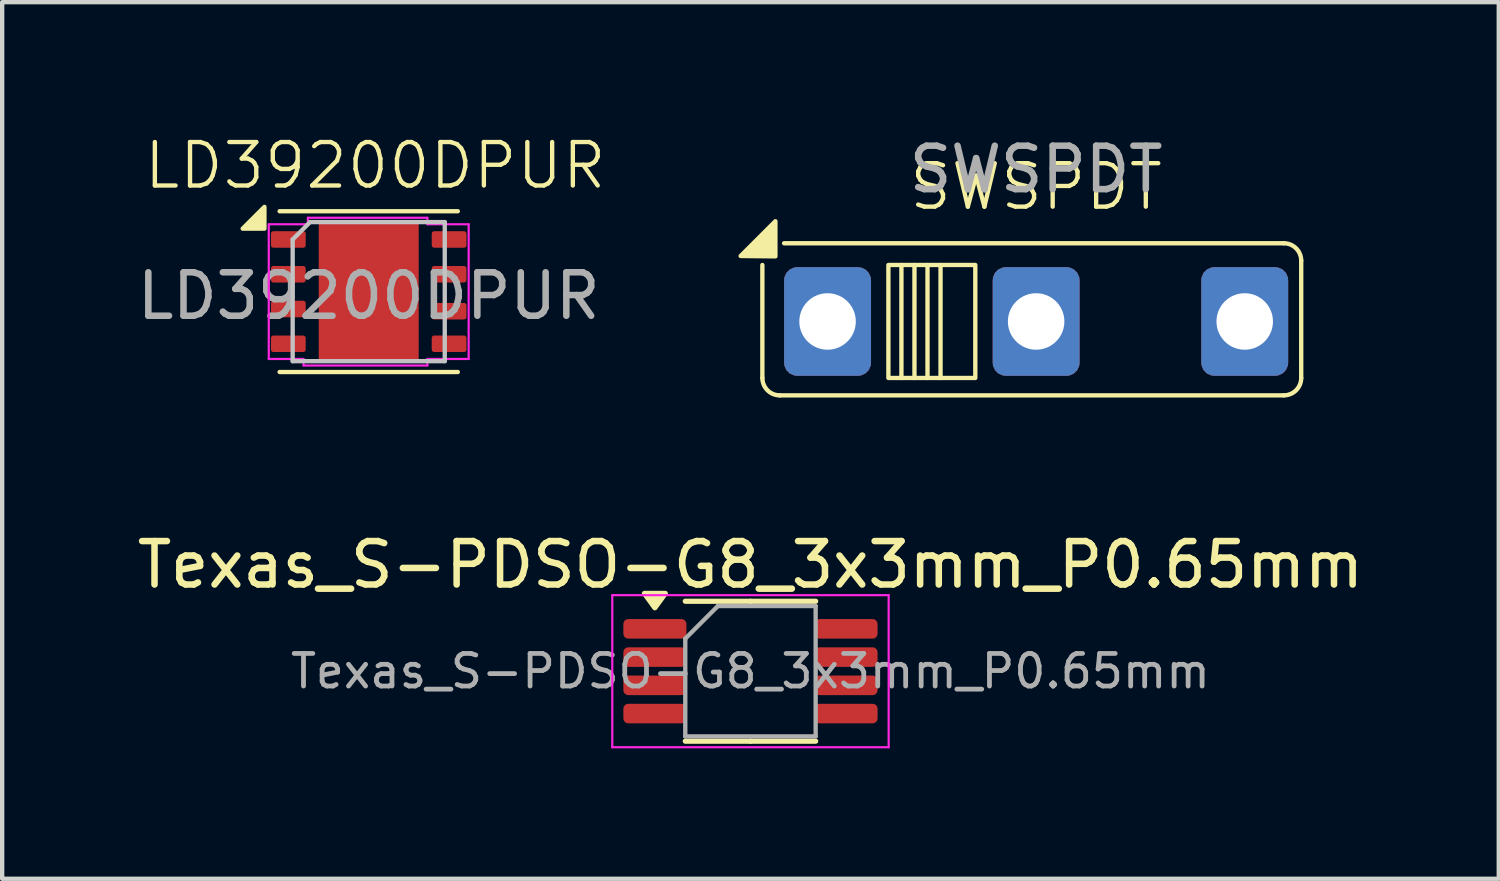
<source format=kicad_pcb>
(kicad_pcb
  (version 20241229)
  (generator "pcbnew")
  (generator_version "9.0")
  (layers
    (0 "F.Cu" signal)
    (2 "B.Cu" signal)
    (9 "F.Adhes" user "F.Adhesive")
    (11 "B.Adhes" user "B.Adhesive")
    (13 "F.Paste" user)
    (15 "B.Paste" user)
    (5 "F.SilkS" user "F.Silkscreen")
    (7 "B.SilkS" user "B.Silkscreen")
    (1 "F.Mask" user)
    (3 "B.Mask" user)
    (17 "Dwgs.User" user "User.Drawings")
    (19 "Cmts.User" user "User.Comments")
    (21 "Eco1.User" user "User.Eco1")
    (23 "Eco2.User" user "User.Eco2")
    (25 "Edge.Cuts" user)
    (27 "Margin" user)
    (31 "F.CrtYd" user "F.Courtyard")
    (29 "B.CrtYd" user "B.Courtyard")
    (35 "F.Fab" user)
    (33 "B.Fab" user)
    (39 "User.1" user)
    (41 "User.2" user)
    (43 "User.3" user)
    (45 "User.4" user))
  (footprint "Texas_S-PDSO-G8_3x3mm_P0.65mm"
    (layer "F.Cu")
    (at 14.22 12.396)
    (property "Reference" "Texas_S-PDSO-G8_3x3mm_P0.65mm" (at 0 -2.45 0) (layer "F.SilkS") (effects (font (size 1 1) (thickness 0.15))))
    (attr smd)
    (fp_line (start 0 -1.61) (end -1.5 -1.61) (stroke (width 0.12) (type solid)) (layer "F.SilkS"))
    (fp_line (start 0 -1.61) (end 1.5 -1.61) (stroke (width 0.12) (type solid)) (layer "F.SilkS"))
    (fp_line (start 0 1.61) (end -1.5 1.61) (stroke (width 0.12) (type solid)) (layer "F.SilkS"))
    (fp_line (start 0 1.61) (end 1.5 1.61) (stroke (width 0.12) (type solid)) (layer "F.SilkS"))
    (fp_poly (pts (xy -2.2 -1.46) (xy -2.44 -1.79) (xy -1.96 -1.79) (xy -2.2 -1.46)) (stroke (width 0.12) (type solid)) (fill yes) (layer "F.SilkS"))
    (fp_line (start -3.18 -1.75) (end -3.18 1.75) (stroke (width 0.05) (type solid)) (layer "F.CrtYd"))
    (fp_line (start -3.18 1.75) (end 3.18 1.75) (stroke (width 0.05) (type solid)) (layer "F.CrtYd"))
    (fp_line (start 3.18 -1.75) (end -3.18 -1.75) (stroke (width 0.05) (type solid)) (layer "F.CrtYd"))
    (fp_line (start 3.18 1.75) (end 3.18 -1.75) (stroke (width 0.05) (type solid)) (layer "F.CrtYd"))
    (fp_line (start -1.5 -0.75) (end -0.75 -1.5) (stroke (width 0.1) (type solid)) (layer "F.Fab"))
    (fp_line (start -1.5 1.5) (end -1.5 -0.75) (stroke (width 0.1) (type solid)) (layer "F.Fab"))
    (fp_line (start -0.75 -1.5) (end 1.5 -1.5) (stroke (width 0.1) (type solid)) (layer "F.Fab"))
    (fp_line (start 1.5 -1.5) (end 1.5 1.5) (stroke (width 0.1) (type solid)) (layer "F.Fab"))
    (fp_line (start 1.5 1.5) (end -1.5 1.5) (stroke (width 0.1) (type solid)) (layer "F.Fab"))
    (fp_text user "${REFERENCE}" (at 0 0 0) (layer "F.Fab") (effects (font (size 0.75 0.75) (thickness 0.11))))
    (pad "1" smd roundrect (at -2.2 -0.975) (size 1.45 0.45) (layers "F.Cu" "F.Mask" "F.Paste") (roundrect_rratio 0.25))
    (pad "2" smd roundrect (at -2.2 -0.325) (size 1.45 0.45) (layers "F.Cu" "F.Mask" "F.Paste") (roundrect_rratio 0.25))
    (pad "3" smd roundrect (at -2.2 0.325) (size 1.45 0.45) (layers "F.Cu" "F.Mask" "F.Paste") (roundrect_rratio 0.25))
    (pad "4" smd roundrect (at -2.2 0.975) (size 1.45 0.45) (layers "F.Cu" "F.Mask" "F.Paste") (roundrect_rratio 0.25))
    (pad "5" smd roundrect (at 2.2 0.975) (size 1.45 0.45) (layers "F.Cu" "F.Mask" "F.Paste") (roundrect_rratio 0.25))
    (pad "6" smd roundrect (at 2.2 0.325) (size 1.45 0.45) (layers "F.Cu" "F.Mask" "F.Paste") (roundrect_rratio 0.25))
    (pad "7" smd roundrect (at 2.2 -0.325) (size 1.45 0.45) (layers "F.Cu" "F.Mask" "F.Paste") (roundrect_rratio 0.25))
    (pad "8" smd roundrect (at 2.2 -0.975) (size 1.45 0.45) (layers "F.Cu" "F.Mask" "F.Paste") (roundrect_rratio 0.25)))
  (footprint "LD39200DPUR"
    (layer "F.Cu")
    (at 5.435 3.711)
    (property "Reference" "LD39200DPUR" (at 0.15 -2.95 0) (unlocked yes) (layer "F.SilkS") (effects (font (size 1 1) (thickness 0.1))))
    (attr smd)
    (fp_line (start -2.05 -1.9) (end 2.05 -1.9) (stroke (width 0.1) (type default)) (layer "F.SilkS"))
    (fp_line (start -2.05 1.8) (end 2.05 1.8) (stroke (width 0.1) (type default)) (layer "F.SilkS"))
    (fp_poly (pts (xy -2.4 -2) (xy -2.4 -1.5) (xy -2.9 -1.5)) (stroke (width 0.1) (type solid)) (fill yes) (layer "F.SilkS"))
    (fp_line (start -1.75 -1.25) (end -1.35 -1.65) (stroke (width 0.1) (type default)) (layer "Dwgs.User"))
    (fp_line (start -1.75 1.55) (end -1.75 -1.25) (stroke (width 0.1) (type default)) (layer "Dwgs.User"))
    (fp_line (start -1.35 -1.65) (end 1.75 -1.65) (stroke (width 0.1) (type default)) (layer "Dwgs.User"))
    (fp_line (start 1.75 -1.65) (end 1.75 1.55) (stroke (width 0.1) (type default)) (layer "Dwgs.User"))
    (fp_line (start 1.75 1.55) (end -1.75 1.55) (stroke (width 0.1) (type default)) (layer "Dwgs.User"))
    (fp_line (start -2.3 -1.6) (end -2.3 1.5) (stroke (width 0.05) (type default)) (layer "F.CrtYd"))
    (fp_line (start -2.3 1.5) (end -1.5 1.5) (stroke (width 0.05) (type default)) (layer "F.CrtYd"))
    (fp_line (start -1.5 1.5) (end -1.5 1.65) (stroke (width 0.05) (type default)) (layer "F.CrtYd"))
    (fp_line (start -1.5 1.65) (end 1.35 1.65) (stroke (width 0.05) (type default)) (layer "F.CrtYd"))
    (fp_line (start -1.4 -1.75) (end -1.4 -1.6) (stroke (width 0.05) (type default)) (layer "F.CrtYd"))
    (fp_line (start -1.4 -1.6) (end -2.3 -1.6) (stroke (width 0.05) (type default)) (layer "F.CrtYd"))
    (fp_line (start 1.35 -1.75) (end -1.4 -1.75) (stroke (width 0.05) (type default)) (layer "F.CrtYd"))
    (fp_line (start 1.35 -1.6) (end 1.35 -1.75) (stroke (width 0.05) (type default)) (layer "F.CrtYd"))
    (fp_line (start 1.35 1.5) (end 2.3 1.5) (stroke (width 0.05) (type default)) (layer "F.CrtYd"))
    (fp_line (start 1.35 1.65) (end 1.35 1.5) (stroke (width 0.05) (type default)) (layer "F.CrtYd"))
    (fp_line (start 2.3 -1.6) (end 1.35 -1.6) (stroke (width 0.05) (type default)) (layer "F.CrtYd"))
    (fp_line (start 2.3 1.5) (end 2.3 -1.6) (stroke (width 0.05) (type default)) (layer "F.CrtYd"))
    (fp_text user "${REFERENCE}" (at 0 0.05 0) (unlocked yes) (layer "F.Fab") (effects (font (size 1 1) (thickness 0.15))))
    (pad "1" smd roundrect (at -1.85 -1.25 270) (size 0.38 0.8) (layers "F.Cu" "F.Mask" "F.Paste") (roundrect_rratio 0.15))
    (pad "1" smd roundrect (at -1.85 -0.45 270) (size 0.38 0.8) (layers "F.Cu" "F.Mask" "F.Paste") (roundrect_rratio 0.15))
    (pad "3" smd roundrect (at -1.85 0.35 270) (size 0.38 0.8) (layers "F.Cu" "F.Mask" "F.Paste") (roundrect_rratio 0.15))
    (pad "4" smd roundrect (at -1.85 1.15 270) (size 0.38 0.8) (layers "F.Cu" "F.Mask" "F.Paste") (roundrect_rratio 0.15))
    (pad "5" smd roundrect (at 1.85 1.15 270) (size 0.38 0.8) (layers "F.Cu" "F.Mask" "F.Paste") (roundrect_rratio 0.15))
    (pad "6" smd roundrect (at 1.85 0.4 270) (size 0.38 0.8) (layers "F.Cu" "F.Mask" "F.Paste") (roundrect_rratio 0.15))
    (pad "7" smd roundrect (at 1.85 -1.25 270) (size 0.38 0.8) (layers "*.Paste" "F.Cu" "F.Mask") (roundrect_rratio 0.15))
    (pad "7" smd roundrect (at 1.85 -0.45 270) (size 0.38 0.8) (layers "F.Cu" "F.Mask" "F.Paste") (roundrect_rratio 0.15))
    (pad "9" smd rect (at 0 -0.05) (size 2.3 3.24) (layers "F.Cu" "F.Mask" "F.Paste")))
  (footprint "SWSPDT"
    (layer "F.Cu")
    (at 20.794 4.348)
    (property "Reference" "SWSPDT" (at 0 -3.1 0) (unlocked yes) (layer "F.SilkS") (effects (font (size 1 1) (thickness 0.1))))
    (attr smd)
    (fp_line (start -6.3 -1.3) (end -6.3 1.3) (stroke (width 0.1) (type default)) (layer "F.SilkS"))
    (fp_line (start -5.9 1.7) (end 5.7 1.7) (stroke (width 0.1) (type default)) (layer "F.SilkS"))
    (fp_line (start -3.1 -1.3) (end -3.1 1.3) (stroke (width 0.1) (type default)) (layer "F.SilkS"))
    (fp_line (start -2.8 -1.3) (end -2.8 1.3) (stroke (width 0.1) (type default)) (layer "F.SilkS"))
    (fp_line (start -2.5 -1.3) (end -2.5 1.3) (stroke (width 0.1) (type default)) (layer "F.SilkS"))
    (fp_line (start -2.2 -1.3) (end -2.2 1.3) (stroke (width 0.1) (type default)) (layer "F.SilkS"))
    (fp_line (start 5.7 -1.8) (end -5.8 -1.8) (stroke (width 0.1) (type default)) (layer "F.SilkS"))
    (fp_line (start 6.1 1.3) (end 6.1 -1.4) (stroke (width 0.1) (type default)) (layer "F.SilkS"))
    (fp_rect (start -3.4 -1.3) (end -1.4 1.3) (stroke (width 0.1) (type default)) (fill no) (layer "F.SilkS"))
    (fp_arc (start -5.9 1.7) (mid -6.182843 1.582843) (end -6.3 1.3) (stroke (width 0.1) (type default)) (layer "F.SilkS"))
    (fp_arc (start 5.7 -1.8) (mid 5.982843 -1.682843) (end 6.1 -1.4) (stroke (width 0.1) (type default)) (layer "F.SilkS"))
    (fp_arc (start 6.1 1.3) (mid 5.982843 1.582843) (end 5.7 1.7) (stroke (width 0.1) (type default)) (layer "F.SilkS"))
    (fp_poly (pts (xy -6.8 -1.507) (xy -6 -2.307) (xy -6 -1.499)) (stroke (width 0.1) (type solid)) (fill yes) (layer "F.SilkS"))
    (fp_text user "${REFERENCE}" (at 0 -3.5 0) (unlocked yes) (layer "F.Fab") (effects (font (size 1 1) (thickness 0.15))))
    (pad "1" thru_hole roundrect (at -4.8 0 90) (size 2.5 2) (drill 1.3) (layers "*.Cu" "*.Mask") (roundrect_rratio 0.15))
    (pad "2" thru_hole roundrect (at 0 0 90) (size 2.5 2) (drill 1.3) (layers "*.Cu" "*.Mask") (roundrect_rratio 0.15))
    (pad "3" thru_hole roundrect (at 4.8 0 90) (size 2.5 2) (drill 1.3) (layers "*.Cu" "*.Mask") (roundrect_rratio 0.15)))
  (gr_rect
    (start -3 -3)
    (end 31.44 17.172)
    (stroke (width 0.1) (type default))
    (fill no)
    (layer "Edge.Cuts")))
</source>
